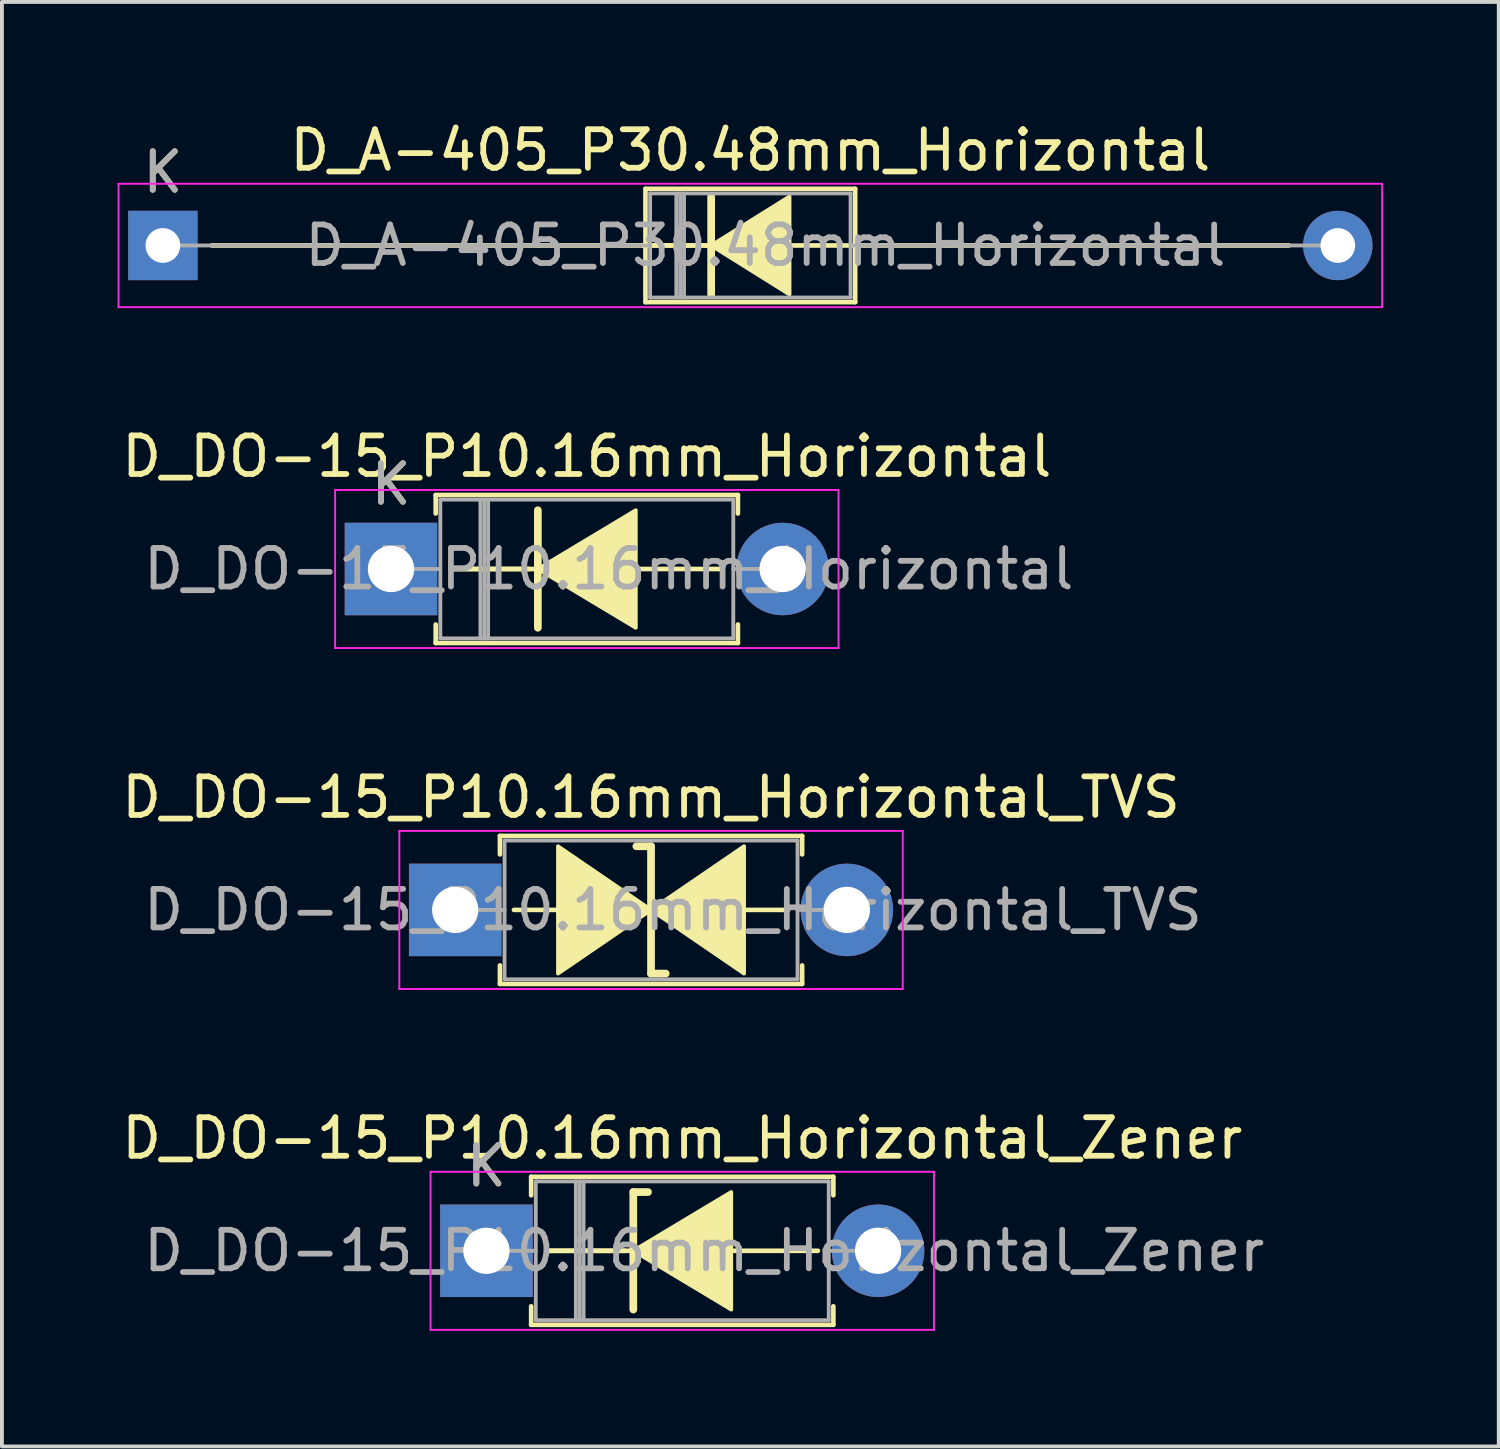
<source format=kicad_pcb>
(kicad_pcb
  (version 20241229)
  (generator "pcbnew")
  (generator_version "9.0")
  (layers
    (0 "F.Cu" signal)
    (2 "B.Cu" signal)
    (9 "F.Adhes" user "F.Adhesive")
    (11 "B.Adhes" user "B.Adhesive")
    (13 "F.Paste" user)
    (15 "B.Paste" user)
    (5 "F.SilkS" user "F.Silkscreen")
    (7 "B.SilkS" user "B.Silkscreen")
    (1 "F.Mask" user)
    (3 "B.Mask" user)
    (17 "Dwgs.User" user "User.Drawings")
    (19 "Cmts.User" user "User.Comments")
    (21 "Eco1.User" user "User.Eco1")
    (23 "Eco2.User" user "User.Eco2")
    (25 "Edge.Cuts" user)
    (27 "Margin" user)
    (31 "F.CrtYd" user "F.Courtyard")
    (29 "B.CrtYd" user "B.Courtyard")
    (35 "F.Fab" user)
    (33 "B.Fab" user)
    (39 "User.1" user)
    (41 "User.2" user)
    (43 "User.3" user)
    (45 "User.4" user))
  (footprint "D_A-405_P30.48mm_Horizontal"
    (layer "F.Cu")
    (at 1.175 3.318)
    (property "Reference" "D_A-405_P30.48mm_Horizontal" (at 15.24 -2.47 0) (layer "F.SilkS") (effects (font (size 1 1) (thickness 0.15))))
    (attr through_hole)
    (fp_line (start 1.27 0) (end 12.52 0) (stroke (width 0.12) (type solid)) (layer "F.SilkS"))
    (fp_line (start 12.52 -1.47) (end 12.52 1.47) (stroke (width 0.12) (type solid)) (layer "F.SilkS"))
    (fp_line (start 12.52 1.47) (end 17.96 1.47) (stroke (width 0.12) (type solid)) (layer "F.SilkS"))
    (fp_line (start 12.69 0) (end 14.09 0) (stroke (width 0.12) (type solid)) (layer "F.SilkS"))
    (fp_line (start 14.224 -1.27) (end 14.224 1.27) (stroke (width 0.2) (type solid)) (layer "F.SilkS"))
    (fp_line (start 14.224 0) (end 12.446 0) (stroke (width 0.12) (type solid)) (layer "F.SilkS"))
    (fp_line (start 17.96 -1.47) (end 12.52 -1.47) (stroke (width 0.12) (type solid)) (layer "F.SilkS"))
    (fp_line (start 17.96 0) (end 16.32 0) (stroke (width 0.12) (type solid)) (layer "F.SilkS"))
    (fp_line (start 17.96 1.47) (end 17.96 -1.47) (stroke (width 0.12) (type solid)) (layer "F.SilkS"))
    (fp_line (start 29.21 0) (end 17.96 0) (stroke (width 0.12) (type solid)) (layer "F.SilkS"))
    (fp_poly (pts (xy 16.256 1.27) (xy 14.224 0) (xy 16.256 -1.27)) (stroke (width 0.1) (type solid)) (fill yes) (layer "F.SilkS"))
    (fp_line (start -1.15 -1.6) (end -1.15 1.6) (stroke (width 0.05) (type solid)) (layer "F.CrtYd"))
    (fp_line (start -1.15 1.6) (end 31.63 1.6) (stroke (width 0.05) (type solid)) (layer "F.CrtYd"))
    (fp_line (start 31.63 -1.6) (end -1.15 -1.6) (stroke (width 0.05) (type solid)) (layer "F.CrtYd"))
    (fp_line (start 31.63 1.6) (end 31.63 -1.6) (stroke (width 0.05) (type solid)) (layer "F.CrtYd"))
    (fp_line (start 0 0) (end 12.64 0) (stroke (width 0.1) (type solid)) (layer "F.Fab"))
    (fp_line (start 12.64 -1.35) (end 12.64 1.35) (stroke (width 0.1) (type solid)) (layer "F.Fab"))
    (fp_line (start 12.64 1.35) (end 17.84 1.35) (stroke (width 0.1) (type solid)) (layer "F.Fab"))
    (fp_line (start 13.32 -1.35) (end 13.32 1.35) (stroke (width 0.1) (type solid)) (layer "F.Fab"))
    (fp_line (start 13.42 -1.35) (end 13.42 1.35) (stroke (width 0.1) (type solid)) (layer "F.Fab"))
    (fp_line (start 13.52 -1.35) (end 13.52 1.35) (stroke (width 0.1) (type solid)) (layer "F.Fab"))
    (fp_line (start 17.84 -1.35) (end 12.64 -1.35) (stroke (width 0.1) (type solid)) (layer "F.Fab"))
    (fp_line (start 17.84 1.35) (end 17.84 -1.35) (stroke (width 0.1) (type solid)) (layer "F.Fab"))
    (fp_line (start 30.48 0) (end 17.84 0) (stroke (width 0.1) (type solid)) (layer "F.Fab"))
    (fp_text user "K" (at 0 -1.9 0) (layer "F.SilkS") (effects (font (size 1 1) (thickness 0.15))))
    (fp_text user "${REFERENCE}" (at 15.63 0 0) (layer "F.Fab") (effects (font (size 1 1) (thickness 0.15))))
    (fp_text user "K" (at 0 -1.9 0) (layer "F.Fab") (effects (font (size 1 1) (thickness 0.15))))
    (pad "1" thru_hole rect (at 0 0) (size 1.8 1.8) (drill 0.9) (layers "*.Cu" "*.Mask"))
    (pad "2" thru_hole oval (at 30.48 0) (size 1.8 1.8) (drill 0.9) (layers "*.Cu" "*.Mask")))
  (footprint "D_DO-15_P10.16mm_Horizontal"
    (layer "F.Cu")
    (at 7.093 11.711)
    (property "Reference" "D_DO-15_P10.16mm_Horizontal" (at 5.08 -2.92 0) (layer "F.SilkS") (effects (font (size 1 1) (thickness 0.15))))
    (attr through_hole)
    (fp_line (start 1.16 -1.92) (end 9 -1.92) (stroke (width 0.12) (type solid)) (layer "F.SilkS"))
    (fp_line (start 1.16 -1.44) (end 1.16 -1.92) (stroke (width 0.12) (type solid)) (layer "F.SilkS"))
    (fp_line (start 1.16 1.44) (end 1.16 1.92) (stroke (width 0.12) (type solid)) (layer "F.SilkS"))
    (fp_line (start 1.16 1.92) (end 9 1.92) (stroke (width 0.12) (type solid)) (layer "F.SilkS"))
    (fp_line (start 1.6 0) (end 3.81 0) (stroke (width 0.12) (type solid)) (layer "F.SilkS"))
    (fp_line (start 3.6 0) (end 1.6 0) (stroke (width 0.12) (type solid)) (layer "F.SilkS"))
    (fp_line (start 3.81 -1.524) (end 3.81 1.524) (stroke (width 0.2) (type solid)) (layer "F.SilkS"))
    (fp_line (start 8.6 0) (end 6.413 0) (stroke (width 0.12) (type solid)) (layer "F.SilkS"))
    (fp_line (start 9 -1.92) (end 9 -1.44) (stroke (width 0.12) (type solid)) (layer "F.SilkS"))
    (fp_line (start 9 1.92) (end 9 1.44) (stroke (width 0.12) (type solid)) (layer "F.SilkS"))
    (fp_poly (pts (xy 6.35 1.524) (xy 3.81 0) (xy 6.35 -1.524)) (stroke (width 0.1) (type solid)) (fill yes) (layer "F.SilkS"))
    (fp_line (start -1.45 -2.05) (end -1.45 2.05) (stroke (width 0.05) (type solid)) (layer "F.CrtYd"))
    (fp_line (start -1.45 2.05) (end 11.61 2.05) (stroke (width 0.05) (type solid)) (layer "F.CrtYd"))
    (fp_line (start 11.61 -2.05) (end -1.45 -2.05) (stroke (width 0.05) (type solid)) (layer "F.CrtYd"))
    (fp_line (start 11.61 2.05) (end 11.61 -2.05) (stroke (width 0.05) (type solid)) (layer "F.CrtYd"))
    (fp_line (start 0 0) (end 1.28 0) (stroke (width 0.1) (type solid)) (layer "F.Fab"))
    (fp_line (start 1.28 -1.8) (end 1.28 1.8) (stroke (width 0.1) (type solid)) (layer "F.Fab"))
    (fp_line (start 1.28 1.8) (end 8.88 1.8) (stroke (width 0.1) (type solid)) (layer "F.Fab"))
    (fp_line (start 2.32 -1.8) (end 2.32 1.8) (stroke (width 0.1) (type solid)) (layer "F.Fab"))
    (fp_line (start 2.42 -1.8) (end 2.42 1.8) (stroke (width 0.1) (type solid)) (layer "F.Fab"))
    (fp_line (start 2.52 -1.8) (end 2.52 1.8) (stroke (width 0.1) (type solid)) (layer "F.Fab"))
    (fp_line (start 8.88 -1.8) (end 1.28 -1.8) (stroke (width 0.1) (type solid)) (layer "F.Fab"))
    (fp_line (start 8.88 1.8) (end 8.88 -1.8) (stroke (width 0.1) (type solid)) (layer "F.Fab"))
    (fp_line (start 10.16 0) (end 8.88 0) (stroke (width 0.1) (type solid)) (layer "F.Fab"))
    (fp_text user "K" (at 0 -2.2 0) (layer "F.SilkS") (effects (font (size 1 1) (thickness 0.15))))
    (fp_text user "${REFERENCE}" (at 5.65 0 0) (layer "F.Fab") (effects (font (size 1 1) (thickness 0.15))))
    (fp_text user "K" (at 0 -2.2 0) (layer "F.Fab") (effects (font (size 1 1) (thickness 0.15))))
    (pad "1" thru_hole rect (at 0 0) (size 2.4 2.4) (drill 1.2) (layers "*.Cu" "*.Mask"))
    (pad "2" thru_hole oval (at 10.16 0) (size 2.4 2.4) (drill 1.2) (layers "*.Cu" "*.Mask")))
  (footprint "D_DO-15_P10.16mm_Horizontal_TVS"
    (layer "F.Cu")
    (at 8.759 20.555)
    (property "Reference" "D_DO-15_P10.16mm_Horizontal_TVS" (at 5.08 -2.92 0) (layer "F.SilkS") (effects (font (size 1 1) (thickness 0.15))))
    (attr through_hole)
    (fp_line (start 1.16 -1.92) (end 9 -1.92) (stroke (width 0.12) (type solid)) (layer "F.SilkS"))
    (fp_line (start 1.16 -1.44) (end 1.16 -1.92) (stroke (width 0.12) (type solid)) (layer "F.SilkS"))
    (fp_line (start 1.16 1.44) (end 1.16 1.92) (stroke (width 0.12) (type solid)) (layer "F.SilkS"))
    (fp_line (start 1.16 1.92) (end 9 1.92) (stroke (width 0.12) (type solid)) (layer "F.SilkS"))
    (fp_line (start 1.524 0) (end 2.667 0) (stroke (width 0.12) (type solid)) (layer "F.SilkS"))
    (fp_line (start 5.08 -1.651) (end 4.699 -1.651) (stroke (width 0.2) (type solid)) (layer "F.SilkS"))
    (fp_line (start 5.08 1.651) (end 5.08 -1.651) (stroke (width 0.2) (type solid)) (layer "F.SilkS"))
    (fp_line (start 5.461 1.651) (end 5.08 1.651) (stroke (width 0.2) (type solid)) (layer "F.SilkS"))
    (fp_line (start 8.636 0) (end 7.493 0) (stroke (width 0.12) (type solid)) (layer "F.SilkS"))
    (fp_line (start 9 -1.92) (end 9 -1.44) (stroke (width 0.12) (type solid)) (layer "F.SilkS"))
    (fp_line (start 9 1.92) (end 9 1.44) (stroke (width 0.12) (type solid)) (layer "F.SilkS"))
    (fp_poly (pts (xy 5.08 0) (xy 2.667 1.651) (xy 2.667 -1.651)) (stroke (width 0.1) (type solid)) (fill yes) (layer "F.SilkS"))
    (fp_poly (pts (xy 5.08 0) (xy 7.493 -1.651) (xy 7.493 1.651)) (stroke (width 0.1) (type solid)) (fill yes) (layer "F.SilkS"))
    (fp_line (start -1.45 -2.05) (end -1.45 2.05) (stroke (width 0.05) (type solid)) (layer "F.CrtYd"))
    (fp_line (start -1.45 2.05) (end 11.61 2.05) (stroke (width 0.05) (type solid)) (layer "F.CrtYd"))
    (fp_line (start 11.61 -2.05) (end -1.45 -2.05) (stroke (width 0.05) (type solid)) (layer "F.CrtYd"))
    (fp_line (start 11.61 2.05) (end 11.61 -2.05) (stroke (width 0.05) (type solid)) (layer "F.CrtYd"))
    (fp_line (start 0 0) (end 1.28 0) (stroke (width 0.1) (type solid)) (layer "F.Fab"))
    (fp_line (start 1.28 -1.8) (end 1.28 1.8) (stroke (width 0.1) (type solid)) (layer "F.Fab"))
    (fp_line (start 1.28 1.8) (end 8.88 1.8) (stroke (width 0.1) (type solid)) (layer "F.Fab"))
    (fp_line (start 8.88 -1.8) (end 1.28 -1.8) (stroke (width 0.1) (type solid)) (layer "F.Fab"))
    (fp_line (start 8.88 1.8) (end 8.88 -1.8) (stroke (width 0.1) (type solid)) (layer "F.Fab"))
    (fp_line (start 10.16 0) (end 8.88 0) (stroke (width 0.1) (type solid)) (layer "F.Fab"))
    (fp_text user "${REFERENCE}" (at 5.65 0 0) (layer "F.Fab") (effects (font (size 1 1) (thickness 0.15))))
    (pad "1" thru_hole rect (at 0 0) (size 2.4 2.4) (drill 1.2) (layers "*.Cu" "*.Mask"))
    (pad "2" thru_hole oval (at 10.16 0) (size 2.4 2.4) (drill 1.2) (layers "*.Cu" "*.Mask")))
  (footprint "D_DO-15_P10.16mm_Horizontal_Zener"
    (layer "F.Cu")
    (at 9.569 29.398)
    (property "Reference" "D_DO-15_P10.16mm_Horizontal_Zener" (at 5.08 -2.92 0) (layer "F.SilkS") (effects (font (size 1 1) (thickness 0.15))))
    (attr through_hole)
    (fp_line (start 1.16 -1.92) (end 9 -1.92) (stroke (width 0.12) (type solid)) (layer "F.SilkS"))
    (fp_line (start 1.16 -1.44) (end 1.16 -1.92) (stroke (width 0.12) (type solid)) (layer "F.SilkS"))
    (fp_line (start 1.16 1.44) (end 1.16 1.92) (stroke (width 0.12) (type solid)) (layer "F.SilkS"))
    (fp_line (start 1.16 1.92) (end 9 1.92) (stroke (width 0.12) (type solid)) (layer "F.SilkS"))
    (fp_line (start 1.6 0) (end 3.81 0) (stroke (width 0.12) (type solid)) (layer "F.SilkS"))
    (fp_line (start 3.6 0) (end 1.6 0) (stroke (width 0.12) (type solid)) (layer "F.SilkS"))
    (fp_line (start 3.81 -1.524) (end 3.81 1.524) (stroke (width 0.2) (type solid)) (layer "F.SilkS"))
    (fp_line (start 3.81 -1.524) (end 4.191 -1.524) (stroke (width 0.2) (type solid)) (layer "F.SilkS"))
    (fp_line (start 8.6 0) (end 6.413 0) (stroke (width 0.12) (type solid)) (layer "F.SilkS"))
    (fp_line (start 9 -1.92) (end 9 -1.44) (stroke (width 0.12) (type solid)) (layer "F.SilkS"))
    (fp_line (start 9 1.92) (end 9 1.44) (stroke (width 0.12) (type solid)) (layer "F.SilkS"))
    (fp_poly (pts (xy 6.35 1.524) (xy 3.81 0) (xy 6.35 -1.524)) (stroke (width 0.1) (type solid)) (fill yes) (layer "F.SilkS"))
    (fp_line (start -1.45 -2.05) (end -1.45 2.05) (stroke (width 0.05) (type solid)) (layer "F.CrtYd"))
    (fp_line (start -1.45 2.05) (end 11.61 2.05) (stroke (width 0.05) (type solid)) (layer "F.CrtYd"))
    (fp_line (start 11.61 -2.05) (end -1.45 -2.05) (stroke (width 0.05) (type solid)) (layer "F.CrtYd"))
    (fp_line (start 11.61 2.05) (end 11.61 -2.05) (stroke (width 0.05) (type solid)) (layer "F.CrtYd"))
    (fp_line (start 0 0) (end 1.28 0) (stroke (width 0.1) (type solid)) (layer "F.Fab"))
    (fp_line (start 1.28 -1.8) (end 1.28 1.8) (stroke (width 0.1) (type solid)) (layer "F.Fab"))
    (fp_line (start 1.28 1.8) (end 8.88 1.8) (stroke (width 0.1) (type solid)) (layer "F.Fab"))
    (fp_line (start 2.32 -1.8) (end 2.32 1.8) (stroke (width 0.1) (type solid)) (layer "F.Fab"))
    (fp_line (start 2.42 -1.8) (end 2.42 1.8) (stroke (width 0.1) (type solid)) (layer "F.Fab"))
    (fp_line (start 2.52 -1.8) (end 2.52 1.8) (stroke (width 0.1) (type solid)) (layer "F.Fab"))
    (fp_line (start 8.88 -1.8) (end 1.28 -1.8) (stroke (width 0.1) (type solid)) (layer "F.Fab"))
    (fp_line (start 8.88 1.8) (end 8.88 -1.8) (stroke (width 0.1) (type solid)) (layer "F.Fab"))
    (fp_line (start 10.16 0) (end 8.88 0) (stroke (width 0.1) (type solid)) (layer "F.Fab"))
    (fp_text user "K" (at 0 -2.2 0) (layer "F.SilkS") (effects (font (size 1 1) (thickness 0.15))))
    (fp_text user "${REFERENCE}" (at 5.65 0 0) (layer "F.Fab") (effects (font (size 1 1) (thickness 0.15))))
    (fp_text user "K" (at 0 -2.2 0) (layer "F.Fab") (effects (font (size 1 1) (thickness 0.15))))
    (pad "1" thru_hole rect (at 0 0) (size 2.4 2.4) (drill 1.2) (layers "*.Cu" "*.Mask"))
    (pad "2" thru_hole oval (at 10.16 0) (size 2.4 2.4) (drill 1.2) (layers "*.Cu" "*.Mask")))
  (gr_rect
    (start -3 -3)
    (end 35.83 34.473)
    (stroke (width 0.1) (type default))
    (fill no)
    (layer "Edge.Cuts")))
</source>
